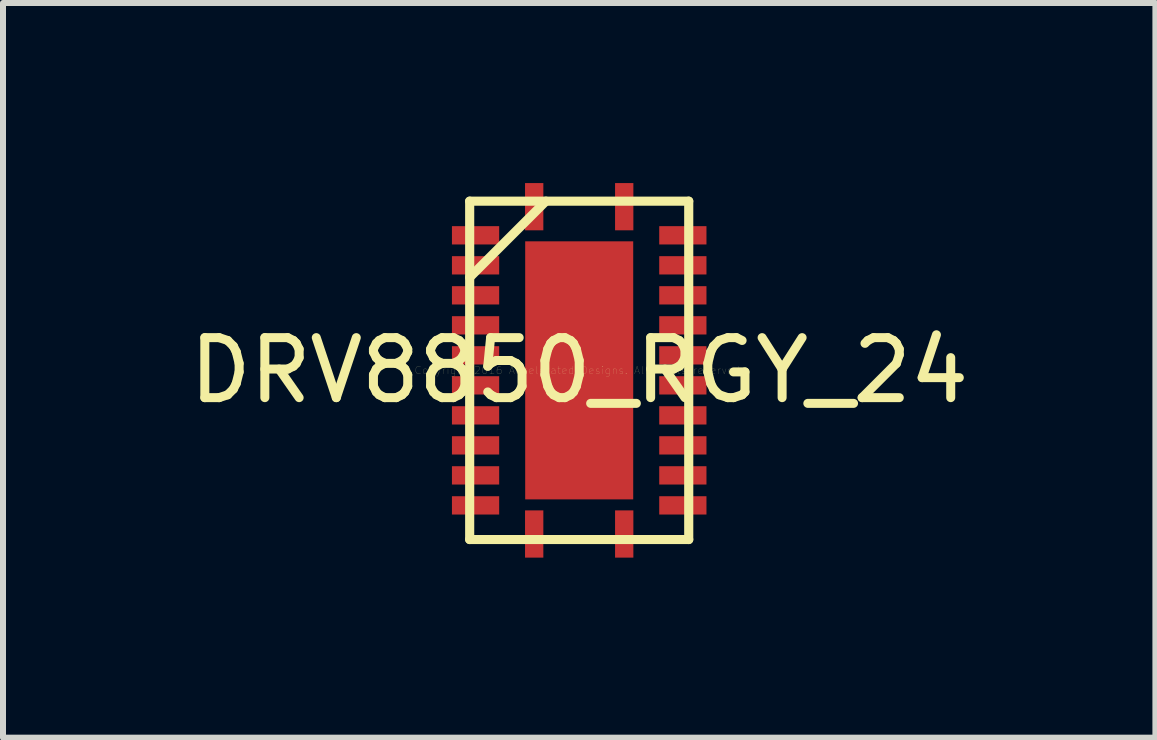
<source format=kicad_pcb>
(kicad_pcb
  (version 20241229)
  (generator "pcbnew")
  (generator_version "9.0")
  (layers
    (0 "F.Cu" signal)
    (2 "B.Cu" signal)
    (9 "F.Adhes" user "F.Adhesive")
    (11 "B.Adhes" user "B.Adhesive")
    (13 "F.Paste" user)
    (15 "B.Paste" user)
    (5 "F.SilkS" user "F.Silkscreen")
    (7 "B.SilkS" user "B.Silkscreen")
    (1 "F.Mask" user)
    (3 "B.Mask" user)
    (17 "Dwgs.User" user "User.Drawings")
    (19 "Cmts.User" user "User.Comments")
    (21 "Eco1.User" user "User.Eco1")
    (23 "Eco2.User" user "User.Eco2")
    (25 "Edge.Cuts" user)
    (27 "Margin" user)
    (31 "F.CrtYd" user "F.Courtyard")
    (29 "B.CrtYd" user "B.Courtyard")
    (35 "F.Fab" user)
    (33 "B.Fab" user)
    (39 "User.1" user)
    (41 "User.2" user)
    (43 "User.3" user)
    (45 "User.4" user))
  (footprint "DRV8850_RGY_24"
    (layer "F.Cu")
    (at 6.601 3.121)
    (property "Reference" "DRV8850_RGY_24" (at 0 0 0) (layer "F.SilkS") (effects (font (size 1 1) (thickness 0.15))))
    (attr through_hole)
    (fp_line (start -1.825 -2.819) (end -1.825 2.819) (stroke (width 0.152) (type solid)) (layer "F.SilkS"))
    (fp_line (start -1.825 -1.549) (end -0.555 -2.819) (stroke (width 0.152) (type solid)) (layer "F.SilkS"))
    (fp_line (start -1.825 2.819) (end 1.825 2.819) (stroke (width 0.152) (type solid)) (layer "F.SilkS"))
    (fp_line (start 1.825 -2.819) (end -1.825 -2.819) (stroke (width 0.152) (type solid)) (layer "F.SilkS"))
    (fp_line (start 1.825 2.819) (end 1.825 -2.819) (stroke (width 0.152) (type solid)) (layer "F.SilkS"))
    (fp_text user "Copyright 2016 Accelerated Designs. All rights reserved." (at 0 0 0) (layer "F.SilkS") (effects (font (size 0.127 0.127) (thickness 0.002))))
    (pad "1" smd rect (at -0.75 -2.727) (size 0.305 0.787) (layers "F.Cu" "F.Mask" "F.Paste"))
    (pad "1" smd rect (at 0 0) (size 1.8 4.3) (layers "F.Cu" "F.Mask" "F.Paste"))
    (pad "2" smd rect (at -1.727 -2.25 90) (size 0.305 0.787) (layers "F.Cu" "F.Mask" "F.Paste"))
    (pad "3" smd rect (at -1.727 -1.75 90) (size 0.305 0.787) (layers "F.Cu" "F.Mask" "F.Paste"))
    (pad "4" smd rect (at -1.727 -1.25 90) (size 0.305 0.787) (layers "F.Cu" "F.Mask" "F.Paste"))
    (pad "5" smd rect (at -1.727 -0.75 90) (size 0.305 0.787) (layers "F.Cu" "F.Mask" "F.Paste"))
    (pad "6" smd rect (at -1.727 -0.25 90) (size 0.305 0.787) (layers "F.Cu" "F.Mask" "F.Paste"))
    (pad "7" smd rect (at -1.727 0.25 90) (size 0.305 0.787) (layers "F.Cu" "F.Mask" "F.Paste"))
    (pad "8" smd rect (at -1.727 0.75 90) (size 0.305 0.787) (layers "F.Cu" "F.Mask" "F.Paste"))
    (pad "9" smd rect (at -1.727 1.25 90) (size 0.305 0.787) (layers "F.Cu" "F.Mask" "F.Paste"))
    (pad "10" smd rect (at -1.727 1.75 90) (size 0.305 0.787) (layers "F.Cu" "F.Mask" "F.Paste"))
    (pad "11" smd rect (at -1.727 2.25 90) (size 0.305 0.787) (layers "F.Cu" "F.Mask" "F.Paste"))
    (pad "12" smd rect (at -0.75 2.727) (size 0.305 0.787) (layers "F.Cu" "F.Mask" "F.Paste"))
    (pad "13" smd rect (at 0.75 2.727) (size 0.305 0.787) (layers "F.Cu" "F.Mask" "F.Paste"))
    (pad "14" smd rect (at 1.727 2.25 90) (size 0.305 0.787) (layers "F.Cu" "F.Mask" "F.Paste"))
    (pad "15" smd rect (at 1.727 1.75 90) (size 0.305 0.787) (layers "F.Cu" "F.Mask" "F.Paste"))
    (pad "16" smd rect (at 1.727 1.25 90) (size 0.305 0.787) (layers "F.Cu" "F.Mask" "F.Paste"))
    (pad "17" smd rect (at 1.727 0.75 90) (size 0.305 0.787) (layers "F.Cu" "F.Mask" "F.Paste"))
    (pad "18" smd rect (at 1.727 0.25 90) (size 0.305 0.787) (layers "F.Cu" "F.Mask" "F.Paste"))
    (pad "19" smd rect (at 1.727 -0.25 90) (size 0.305 0.787) (layers "F.Cu" "F.Mask" "F.Paste"))
    (pad "20" smd rect (at 1.727 -0.75 90) (size 0.305 0.787) (layers "F.Cu" "F.Mask" "F.Paste"))
    (pad "21" smd rect (at 1.727 -1.25 90) (size 0.305 0.787) (layers "F.Cu" "F.Mask" "F.Paste"))
    (pad "22" smd rect (at 1.727 -1.75 90) (size 0.305 0.787) (layers "F.Cu" "F.Mask" "F.Paste"))
    (pad "23" smd rect (at 1.727 -2.25 90) (size 0.305 0.787) (layers "F.Cu" "F.Mask" "F.Paste"))
    (pad "24" smd rect (at 0.75 -2.727) (size 0.305 0.787) (layers "F.Cu" "F.Mask" "F.Paste")))
  (gr_rect
    (start -3 -3)
    (end 16.202 9.242)
    (stroke (width 0.1) (type default))
    (fill no)
    (layer "Edge.Cuts")))
</source>
